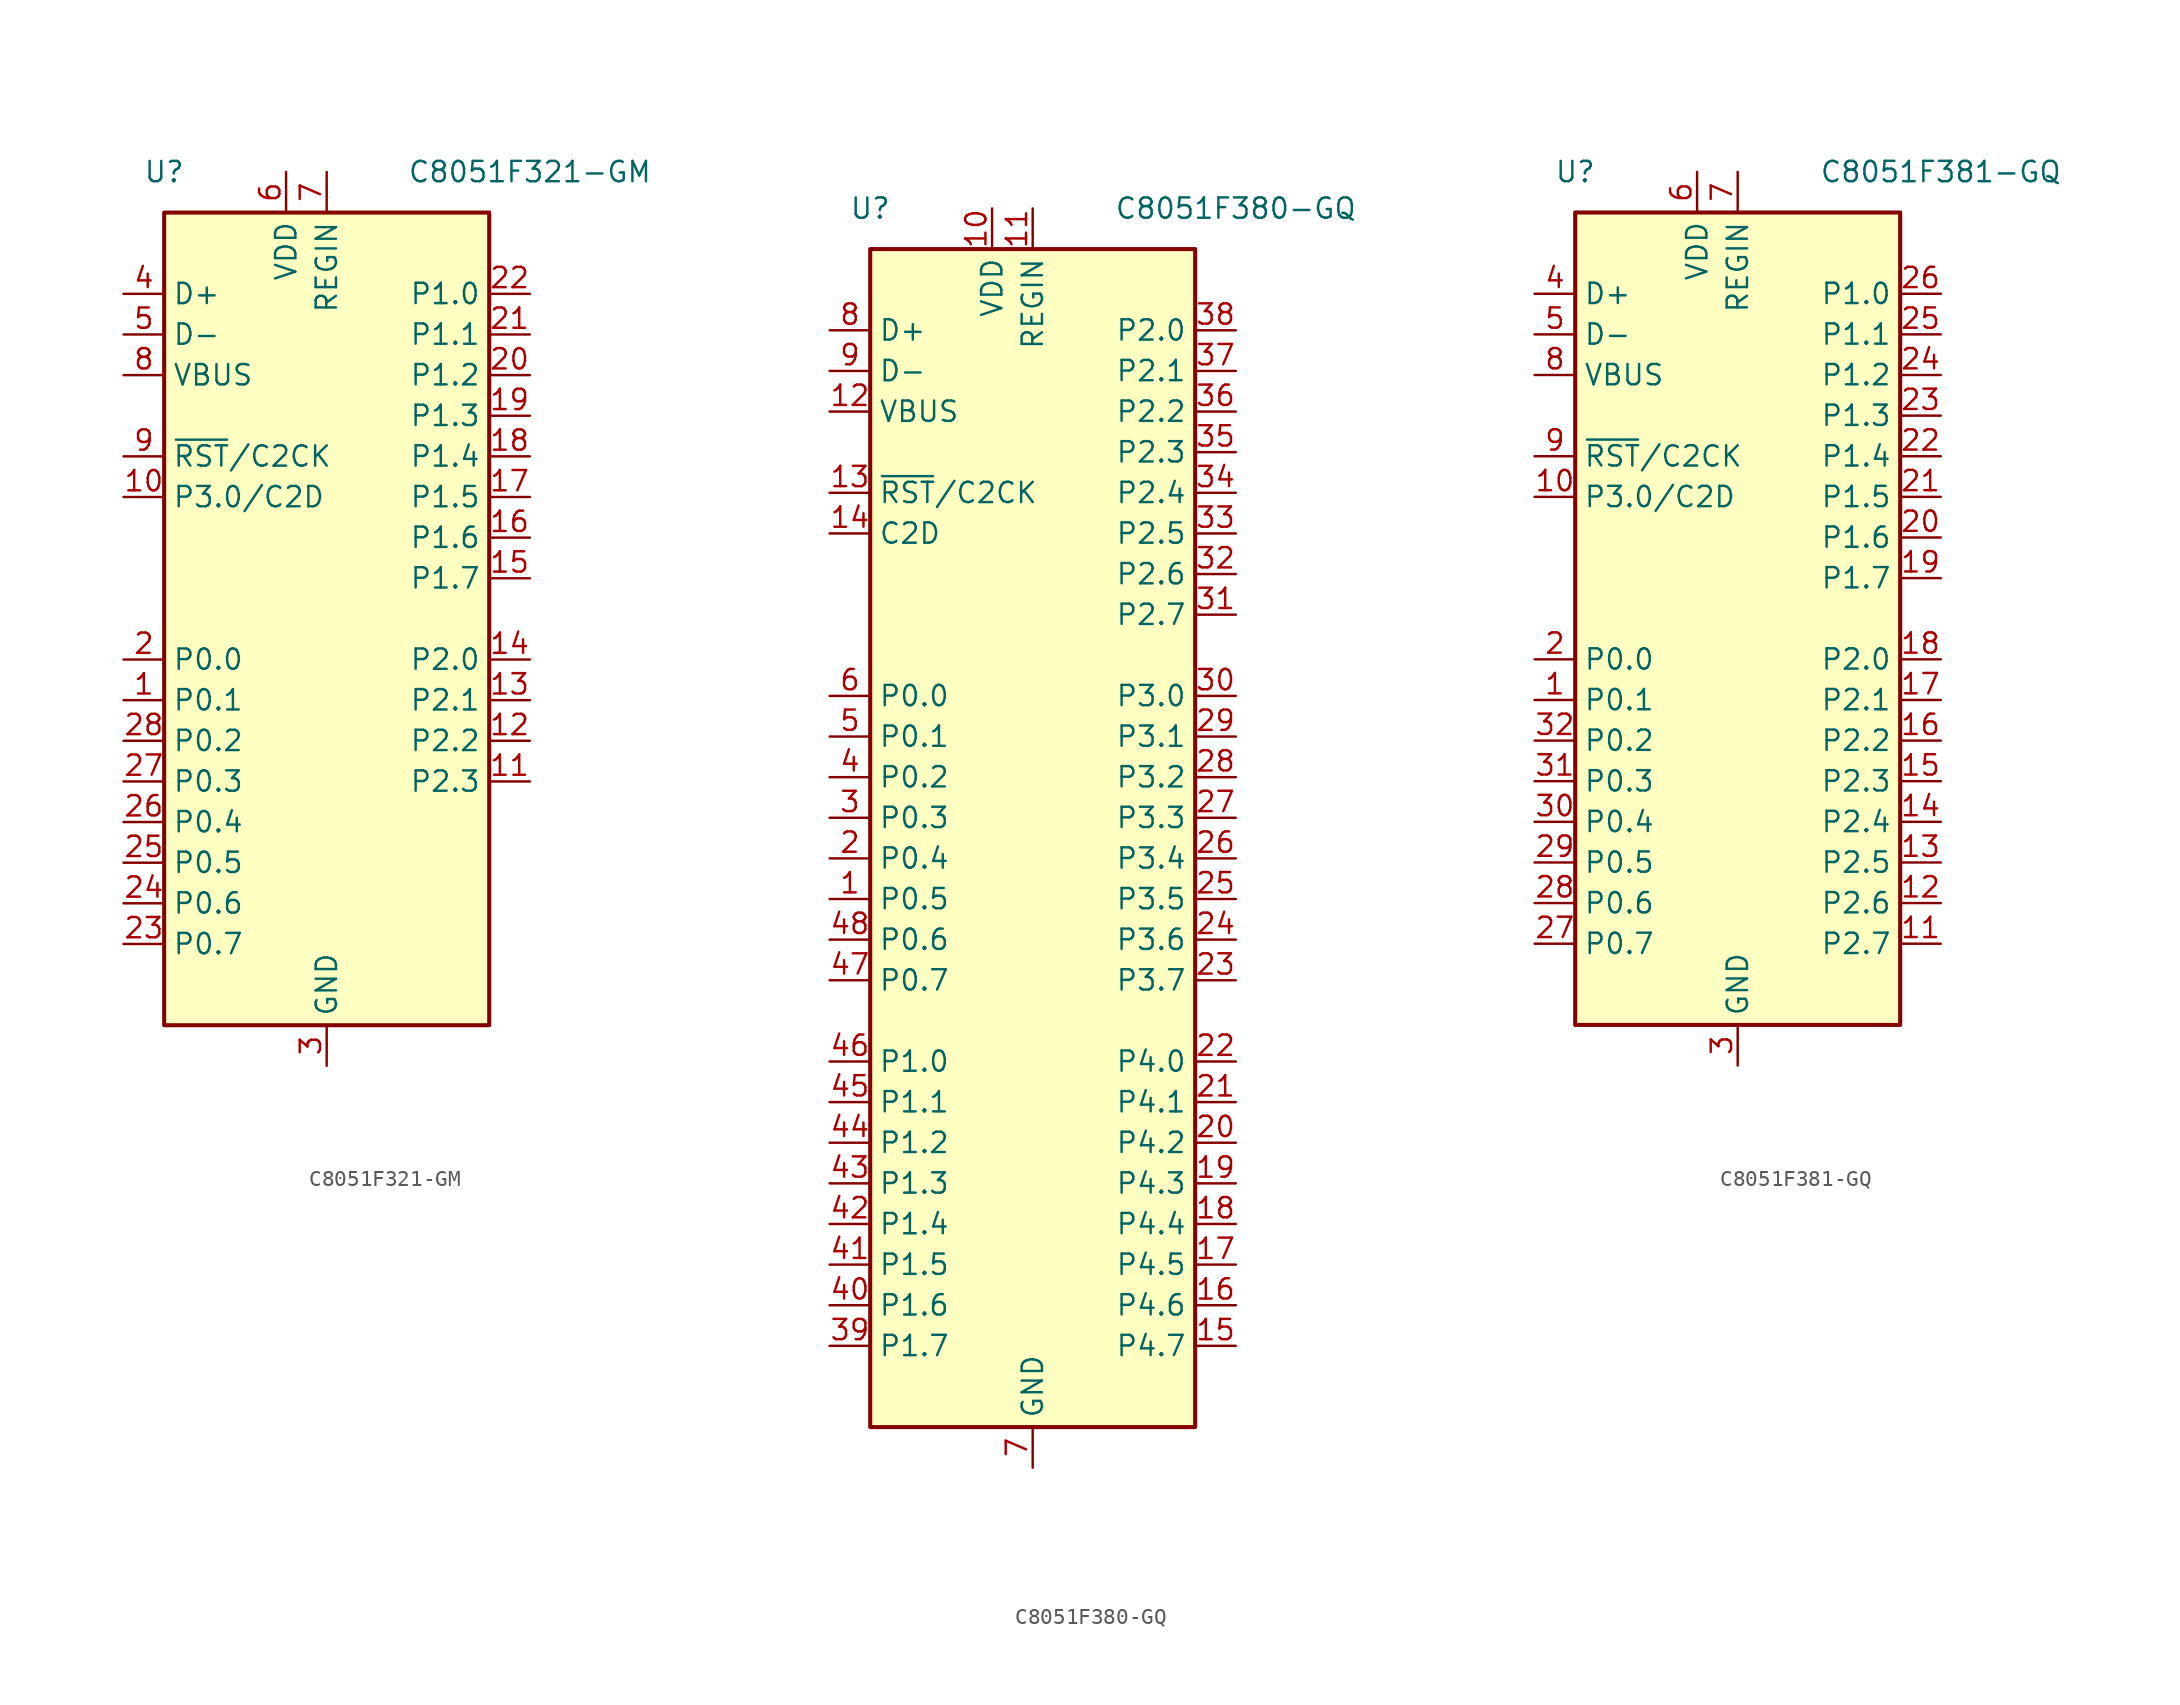
<source format=kicad_sym>
(kicad_symbol_lib
  (version 20241209)
  (generator "kicad_symbol_editor")
  (generator_version "9.0")
  (symbol "C8051F321-GM"
    (property "Reference" "U"
      (at -10.16 27.94 0)
      (effects (font (size 1.27 1.27))))
    (property "Value" "C8051F321-GM"
      (at 12.7 27.94 0)
      (effects (font (size 1.27 1.27))))
    (symbol "C8051F321-GM_0_1"
      (rectangle (start -10.16 25.4) (end 10.16 -25.4) (stroke (width 0.254) (type default)) (fill (type background))))
    (symbol "C8051F321-GM_1_1"
      (pin bidirectional line (at -12.7 20.32 0) (length 2.54) (name "D+" (effects (font (size 1.27 1.27)))) (number "4" (effects (font (size 1.27 1.27)))))
      (pin bidirectional line (at -12.7 17.78 0) (length 2.54) (name "D-" (effects (font (size 1.27 1.27)))) (number "5" (effects (font (size 1.27 1.27)))))
      (pin input line (at -12.7 15.24 0) (length 2.54) (name "VBUS" (effects (font (size 1.27 1.27)))) (number "8" (effects (font (size 1.27 1.27)))))
      (pin input line (at -12.7 10.16 0) (length 2.54) (name "~{RST}/C2CK" (effects (font (size 1.27 1.27)))) (number "9" (effects (font (size 1.27 1.27)))))
      (pin bidirectional line (at -12.7 7.62 0) (length 2.54) (name "P3.0/C2D" (effects (font (size 1.27 1.27)))) (number "10" (effects (font (size 1.27 1.27)))))
      (pin bidirectional line (at -12.7 -2.54 0) (length 2.54) (name "P0.0" (effects (font (size 1.27 1.27)))) (number "2" (effects (font (size 1.27 1.27)))))
      (pin bidirectional line (at -12.7 -5.08 0) (length 2.54) (name "P0.1" (effects (font (size 1.27 1.27)))) (number "1" (effects (font (size 1.27 1.27)))))
      (pin bidirectional line (at -12.7 -7.62 0) (length 2.54) (name "P0.2" (effects (font (size 1.27 1.27)))) (number "28" (effects (font (size 1.27 1.27)))))
      (pin bidirectional line (at -12.7 -10.16 0) (length 2.54) (name "P0.3" (effects (font (size 1.27 1.27)))) (number "27" (effects (font (size 1.27 1.27)))))
      (pin bidirectional line (at -12.7 -12.7 0) (length 2.54) (name "P0.4" (effects (font (size 1.27 1.27)))) (number "26" (effects (font (size 1.27 1.27)))))
      (pin bidirectional line (at -12.7 -15.24 0) (length 2.54) (name "P0.5" (effects (font (size 1.27 1.27)))) (number "25" (effects (font (size 1.27 1.27)))))
      (pin bidirectional line (at -12.7 -17.78 0) (length 2.54) (name "P0.6" (effects (font (size 1.27 1.27)))) (number "24" (effects (font (size 1.27 1.27)))))
      (pin bidirectional line (at -12.7 -20.32 0) (length 2.54) (name "P0.7" (effects (font (size 1.27 1.27)))) (number "23" (effects (font (size 1.27 1.27)))))
      (pin power_in line (at -2.54 27.94 270) (length 2.54) (name "VDD" (effects (font (size 1.27 1.27)))) (number "6" (effects (font (size 1.27 1.27)))))
      (pin power_in line (at 0 27.94 270) (length 2.54) (name "REGIN" (effects (font (size 1.27 1.27)))) (number "7" (effects (font (size 1.27 1.27)))))
      (pin passive line (at 0 -27.94 90) (length 2.54) (hide yes) (name "GND" (effects (font (size 1.27 1.27)))) (number "29" (effects (font (size 1.27 1.27)))))
      (pin power_in line (at 0 -27.94 90) (length 2.54) (name "GND" (effects (font (size 1.27 1.27)))) (number "3" (effects (font (size 1.27 1.27)))))
      (pin bidirectional line (at 12.7 20.32 180) (length 2.54) (name "P1.0" (effects (font (size 1.27 1.27)))) (number "22" (effects (font (size 1.27 1.27)))))
      (pin bidirectional line (at 12.7 17.78 180) (length 2.54) (name "P1.1" (effects (font (size 1.27 1.27)))) (number "21" (effects (font (size 1.27 1.27)))))
      (pin bidirectional line (at 12.7 15.24 180) (length 2.54) (name "P1.2" (effects (font (size 1.27 1.27)))) (number "20" (effects (font (size 1.27 1.27)))))
      (pin bidirectional line (at 12.7 12.7 180) (length 2.54) (name "P1.3" (effects (font (size 1.27 1.27)))) (number "19" (effects (font (size 1.27 1.27)))))
      (pin bidirectional line (at 12.7 10.16 180) (length 2.54) (name "P1.4" (effects (font (size 1.27 1.27)))) (number "18" (effects (font (size 1.27 1.27)))))
      (pin bidirectional line (at 12.7 7.62 180) (length 2.54) (name "P1.5" (effects (font (size 1.27 1.27)))) (number "17" (effects (font (size 1.27 1.27)))))
      (pin bidirectional line (at 12.7 5.08 180) (length 2.54) (name "P1.6" (effects (font (size 1.27 1.27)))) (number "16" (effects (font (size 1.27 1.27)))))
      (pin bidirectional line (at 12.7 2.54 180) (length 2.54) (name "P1.7" (effects (font (size 1.27 1.27)))) (number "15" (effects (font (size 1.27 1.27)))))
      (pin bidirectional line (at 12.7 -2.54 180) (length 2.54) (name "P2.0" (effects (font (size 1.27 1.27)))) (number "14" (effects (font (size 1.27 1.27)))))
      (pin bidirectional line (at 12.7 -5.08 180) (length 2.54) (name "P2.1" (effects (font (size 1.27 1.27)))) (number "13" (effects (font (size 1.27 1.27)))))
      (pin bidirectional line (at 12.7 -7.62 180) (length 2.54) (name "P2.2" (effects (font (size 1.27 1.27)))) (number "12" (effects (font (size 1.27 1.27)))))
      (pin bidirectional line (at 12.7 -10.16 180) (length 2.54) (name "P2.3" (effects (font (size 1.27 1.27)))) (number "11" (effects (font (size 1.27 1.27)))))))
  (symbol "C8051F380-GQ"
    (property "Reference" "U"
      (at -10.16 40.64 0)
      (effects (font (size 1.27 1.27))))
    (property "Value" "C8051F380-GQ"
      (at 12.7 40.64 0)
      (effects (font (size 1.27 1.27))))
    (symbol "C8051F380-GQ_0_1"
      (rectangle (start -10.16 38.1) (end 10.16 -35.56) (stroke (width 0.254) (type default)) (fill (type background))))
    (symbol "C8051F380-GQ_1_1"
      (pin bidirectional line (at -12.7 33.02 0) (length 2.54) (name "D+" (effects (font (size 1.27 1.27)))) (number "8" (effects (font (size 1.27 1.27)))))
      (pin bidirectional line (at -12.7 30.48 0) (length 2.54) (name "D-" (effects (font (size 1.27 1.27)))) (number "9" (effects (font (size 1.27 1.27)))))
      (pin input line (at -12.7 27.94 0) (length 2.54) (name "VBUS" (effects (font (size 1.27 1.27)))) (number "12" (effects (font (size 1.27 1.27)))))
      (pin input line (at -12.7 22.86 0) (length 2.54) (name "~{RST}/C2CK" (effects (font (size 1.27 1.27)))) (number "13" (effects (font (size 1.27 1.27)))))
      (pin bidirectional line (at -12.7 20.32 0) (length 2.54) (name "C2D" (effects (font (size 1.27 1.27)))) (number "14" (effects (font (size 1.27 1.27)))))
      (pin bidirectional line (at -12.7 10.16 0) (length 2.54) (name "P0.0" (effects (font (size 1.27 1.27)))) (number "6" (effects (font (size 1.27 1.27)))))
      (pin bidirectional line (at -12.7 7.62 0) (length 2.54) (name "P0.1" (effects (font (size 1.27 1.27)))) (number "5" (effects (font (size 1.27 1.27)))))
      (pin bidirectional line (at -12.7 5.08 0) (length 2.54) (name "P0.2" (effects (font (size 1.27 1.27)))) (number "4" (effects (font (size 1.27 1.27)))))
      (pin bidirectional line (at -12.7 2.54 0) (length 2.54) (name "P0.3" (effects (font (size 1.27 1.27)))) (number "3" (effects (font (size 1.27 1.27)))))
      (pin bidirectional line (at -12.7 0 0) (length 2.54) (name "P0.4" (effects (font (size 1.27 1.27)))) (number "2" (effects (font (size 1.27 1.27)))))
      (pin bidirectional line (at -12.7 -2.54 0) (length 2.54) (name "P0.5" (effects (font (size 1.27 1.27)))) (number "1" (effects (font (size 1.27 1.27)))))
      (pin bidirectional line (at -12.7 -5.08 0) (length 2.54) (name "P0.6" (effects (font (size 1.27 1.27)))) (number "48" (effects (font (size 1.27 1.27)))))
      (pin bidirectional line (at -12.7 -7.62 0) (length 2.54) (name "P0.7" (effects (font (size 1.27 1.27)))) (number "47" (effects (font (size 1.27 1.27)))))
      (pin bidirectional line (at -12.7 -12.7 0) (length 2.54) (name "P1.0" (effects (font (size 1.27 1.27)))) (number "46" (effects (font (size 1.27 1.27)))))
      (pin bidirectional line (at -12.7 -15.24 0) (length 2.54) (name "P1.1" (effects (font (size 1.27 1.27)))) (number "45" (effects (font (size 1.27 1.27)))))
      (pin bidirectional line (at -12.7 -17.78 0) (length 2.54) (name "P1.2" (effects (font (size 1.27 1.27)))) (number "44" (effects (font (size 1.27 1.27)))))
      (pin bidirectional line (at -12.7 -20.32 0) (length 2.54) (name "P1.3" (effects (font (size 1.27 1.27)))) (number "43" (effects (font (size 1.27 1.27)))))
      (pin bidirectional line (at -12.7 -22.86 0) (length 2.54) (name "P1.4" (effects (font (size 1.27 1.27)))) (number "42" (effects (font (size 1.27 1.27)))))
      (pin bidirectional line (at -12.7 -25.4 0) (length 2.54) (name "P1.5" (effects (font (size 1.27 1.27)))) (number "41" (effects (font (size 1.27 1.27)))))
      (pin bidirectional line (at -12.7 -27.94 0) (length 2.54) (name "P1.6" (effects (font (size 1.27 1.27)))) (number "40" (effects (font (size 1.27 1.27)))))
      (pin bidirectional line (at -12.7 -30.48 0) (length 2.54) (name "P1.7" (effects (font (size 1.27 1.27)))) (number "39" (effects (font (size 1.27 1.27)))))
      (pin power_in line (at -2.54 40.64 270) (length 2.54) (name "VDD" (effects (font (size 1.27 1.27)))) (number "10" (effects (font (size 1.27 1.27)))))
      (pin power_in line (at 0 40.64 270) (length 2.54) (name "REGIN" (effects (font (size 1.27 1.27)))) (number "11" (effects (font (size 1.27 1.27)))))
      (pin power_in line (at 0 -38.1 90) (length 2.54) (name "GND" (effects (font (size 1.27 1.27)))) (number "7" (effects (font (size 1.27 1.27)))))
      (pin bidirectional line (at 12.7 33.02 180) (length 2.54) (name "P2.0" (effects (font (size 1.27 1.27)))) (number "38" (effects (font (size 1.27 1.27)))))
      (pin bidirectional line (at 12.7 30.48 180) (length 2.54) (name "P2.1" (effects (font (size 1.27 1.27)))) (number "37" (effects (font (size 1.27 1.27)))))
      (pin bidirectional line (at 12.7 27.94 180) (length 2.54) (name "P2.2" (effects (font (size 1.27 1.27)))) (number "36" (effects (font (size 1.27 1.27)))))
      (pin bidirectional line (at 12.7 25.4 180) (length 2.54) (name "P2.3" (effects (font (size 1.27 1.27)))) (number "35" (effects (font (size 1.27 1.27)))))
      (pin bidirectional line (at 12.7 22.86 180) (length 2.54) (name "P2.4" (effects (font (size 1.27 1.27)))) (number "34" (effects (font (size 1.27 1.27)))))
      (pin bidirectional line (at 12.7 20.32 180) (length 2.54) (name "P2.5" (effects (font (size 1.27 1.27)))) (number "33" (effects (font (size 1.27 1.27)))))
      (pin bidirectional line (at 12.7 17.78 180) (length 2.54) (name "P2.6" (effects (font (size 1.27 1.27)))) (number "32" (effects (font (size 1.27 1.27)))))
      (pin bidirectional line (at 12.7 15.24 180) (length 2.54) (name "P2.7" (effects (font (size 1.27 1.27)))) (number "31" (effects (font (size 1.27 1.27)))))
      (pin bidirectional line (at 12.7 10.16 180) (length 2.54) (name "P3.0" (effects (font (size 1.27 1.27)))) (number "30" (effects (font (size 1.27 1.27)))))
      (pin bidirectional line (at 12.7 7.62 180) (length 2.54) (name "P3.1" (effects (font (size 1.27 1.27)))) (number "29" (effects (font (size 1.27 1.27)))))
      (pin bidirectional line (at 12.7 5.08 180) (length 2.54) (name "P3.2" (effects (font (size 1.27 1.27)))) (number "28" (effects (font (size 1.27 1.27)))))
      (pin bidirectional line (at 12.7 2.54 180) (length 2.54) (name "P3.3" (effects (font (size 1.27 1.27)))) (number "27" (effects (font (size 1.27 1.27)))))
      (pin bidirectional line (at 12.7 0 180) (length 2.54) (name "P3.4" (effects (font (size 1.27 1.27)))) (number "26" (effects (font (size 1.27 1.27)))))
      (pin bidirectional line (at 12.7 -2.54 180) (length 2.54) (name "P3.5" (effects (font (size 1.27 1.27)))) (number "25" (effects (font (size 1.27 1.27)))))
      (pin bidirectional line (at 12.7 -5.08 180) (length 2.54) (name "P3.6" (effects (font (size 1.27 1.27)))) (number "24" (effects (font (size 1.27 1.27)))))
      (pin bidirectional line (at 12.7 -7.62 180) (length 2.54) (name "P3.7" (effects (font (size 1.27 1.27)))) (number "23" (effects (font (size 1.27 1.27)))))
      (pin bidirectional line (at 12.7 -12.7 180) (length 2.54) (name "P4.0" (effects (font (size 1.27 1.27)))) (number "22" (effects (font (size 1.27 1.27)))))
      (pin bidirectional line (at 12.7 -15.24 180) (length 2.54) (name "P4.1" (effects (font (size 1.27 1.27)))) (number "21" (effects (font (size 1.27 1.27)))))
      (pin bidirectional line (at 12.7 -17.78 180) (length 2.54) (name "P4.2" (effects (font (size 1.27 1.27)))) (number "20" (effects (font (size 1.27 1.27)))))
      (pin bidirectional line (at 12.7 -20.32 180) (length 2.54) (name "P4.3" (effects (font (size 1.27 1.27)))) (number "19" (effects (font (size 1.27 1.27)))))
      (pin bidirectional line (at 12.7 -22.86 180) (length 2.54) (name "P4.4" (effects (font (size 1.27 1.27)))) (number "18" (effects (font (size 1.27 1.27)))))
      (pin bidirectional line (at 12.7 -25.4 180) (length 2.54) (name "P4.5" (effects (font (size 1.27 1.27)))) (number "17" (effects (font (size 1.27 1.27)))))
      (pin bidirectional line (at 12.7 -27.94 180) (length 2.54) (name "P4.6" (effects (font (size 1.27 1.27)))) (number "16" (effects (font (size 1.27 1.27)))))
      (pin bidirectional line (at 12.7 -30.48 180) (length 2.54) (name "P4.7" (effects (font (size 1.27 1.27)))) (number "15" (effects (font (size 1.27 1.27)))))))
  (symbol "C8051F381-GQ"
    (property "Reference" "U"
      (at -10.16 27.94 0)
      (effects (font (size 1.27 1.27))))
    (property "Value" "C8051F381-GQ"
      (at 12.7 27.94 0)
      (effects (font (size 1.27 1.27))))
    (symbol "C8051F381-GQ_0_1"
      (rectangle (start -10.16 25.4) (end 10.16 -25.4) (stroke (width 0.254) (type default)) (fill (type background))))
    (symbol "C8051F381-GQ_1_1"
      (pin bidirectional line (at -12.7 20.32 0) (length 2.54) (name "D+" (effects (font (size 1.27 1.27)))) (number "4" (effects (font (size 1.27 1.27)))))
      (pin bidirectional line (at -12.7 17.78 0) (length 2.54) (name "D-" (effects (font (size 1.27 1.27)))) (number "5" (effects (font (size 1.27 1.27)))))
      (pin input line (at -12.7 15.24 0) (length 2.54) (name "VBUS" (effects (font (size 1.27 1.27)))) (number "8" (effects (font (size 1.27 1.27)))))
      (pin input line (at -12.7 10.16 0) (length 2.54) (name "~{RST}/C2CK" (effects (font (size 1.27 1.27)))) (number "9" (effects (font (size 1.27 1.27)))))
      (pin bidirectional line (at -12.7 7.62 0) (length 2.54) (name "P3.0/C2D" (effects (font (size 1.27 1.27)))) (number "10" (effects (font (size 1.27 1.27)))))
      (pin bidirectional line (at -12.7 -2.54 0) (length 2.54) (name "P0.0" (effects (font (size 1.27 1.27)))) (number "2" (effects (font (size 1.27 1.27)))))
      (pin bidirectional line (at -12.7 -5.08 0) (length 2.54) (name "P0.1" (effects (font (size 1.27 1.27)))) (number "1" (effects (font (size 1.27 1.27)))))
      (pin bidirectional line (at -12.7 -7.62 0) (length 2.54) (name "P0.2" (effects (font (size 1.27 1.27)))) (number "32" (effects (font (size 1.27 1.27)))))
      (pin bidirectional line (at -12.7 -10.16 0) (length 2.54) (name "P0.3" (effects (font (size 1.27 1.27)))) (number "31" (effects (font (size 1.27 1.27)))))
      (pin bidirectional line (at -12.7 -12.7 0) (length 2.54) (name "P0.4" (effects (font (size 1.27 1.27)))) (number "30" (effects (font (size 1.27 1.27)))))
      (pin bidirectional line (at -12.7 -15.24 0) (length 2.54) (name "P0.5" (effects (font (size 1.27 1.27)))) (number "29" (effects (font (size 1.27 1.27)))))
      (pin bidirectional line (at -12.7 -17.78 0) (length 2.54) (name "P0.6" (effects (font (size 1.27 1.27)))) (number "28" (effects (font (size 1.27 1.27)))))
      (pin bidirectional line (at -12.7 -20.32 0) (length 2.54) (name "P0.7" (effects (font (size 1.27 1.27)))) (number "27" (effects (font (size 1.27 1.27)))))
      (pin power_in line (at -2.54 27.94 270) (length 2.54) (name "VDD" (effects (font (size 1.27 1.27)))) (number "6" (effects (font (size 1.27 1.27)))))
      (pin power_in line (at 0 27.94 270) (length 2.54) (name "REGIN" (effects (font (size 1.27 1.27)))) (number "7" (effects (font (size 1.27 1.27)))))
      (pin power_in line (at 0 -27.94 90) (length 2.54) (name "GND" (effects (font (size 1.27 1.27)))) (number "3" (effects (font (size 1.27 1.27)))))
      (pin bidirectional line (at 12.7 20.32 180) (length 2.54) (name "P1.0" (effects (font (size 1.27 1.27)))) (number "26" (effects (font (size 1.27 1.27)))))
      (pin bidirectional line (at 12.7 17.78 180) (length 2.54) (name "P1.1" (effects (font (size 1.27 1.27)))) (number "25" (effects (font (size 1.27 1.27)))))
      (pin bidirectional line (at 12.7 15.24 180) (length 2.54) (name "P1.2" (effects (font (size 1.27 1.27)))) (number "24" (effects (font (size 1.27 1.27)))))
      (pin bidirectional line (at 12.7 12.7 180) (length 2.54) (name "P1.3" (effects (font (size 1.27 1.27)))) (number "23" (effects (font (size 1.27 1.27)))))
      (pin bidirectional line (at 12.7 10.16 180) (length 2.54) (name "P1.4" (effects (font (size 1.27 1.27)))) (number "22" (effects (font (size 1.27 1.27)))))
      (pin bidirectional line (at 12.7 7.62 180) (length 2.54) (name "P1.5" (effects (font (size 1.27 1.27)))) (number "21" (effects (font (size 1.27 1.27)))))
      (pin bidirectional line (at 12.7 5.08 180) (length 2.54) (name "P1.6" (effects (font (size 1.27 1.27)))) (number "20" (effects (font (size 1.27 1.27)))))
      (pin bidirectional line (at 12.7 2.54 180) (length 2.54) (name "P1.7" (effects (font (size 1.27 1.27)))) (number "19" (effects (font (size 1.27 1.27)))))
      (pin bidirectional line (at 12.7 -2.54 180) (length 2.54) (name "P2.0" (effects (font (size 1.27 1.27)))) (number "18" (effects (font (size 1.27 1.27)))))
      (pin bidirectional line (at 12.7 -5.08 180) (length 2.54) (name "P2.1" (effects (font (size 1.27 1.27)))) (number "17" (effects (font (size 1.27 1.27)))))
      (pin bidirectional line (at 12.7 -7.62 180) (length 2.54) (name "P2.2" (effects (font (size 1.27 1.27)))) (number "16" (effects (font (size 1.27 1.27)))))
      (pin bidirectional line (at 12.7 -10.16 180) (length 2.54) (name "P2.3" (effects (font (size 1.27 1.27)))) (number "15" (effects (font (size 1.27 1.27)))))
      (pin bidirectional line (at 12.7 -12.7 180) (length 2.54) (name "P2.4" (effects (font (size 1.27 1.27)))) (number "14" (effects (font (size 1.27 1.27)))))
      (pin bidirectional line (at 12.7 -15.24 180) (length 2.54) (name "P2.5" (effects (font (size 1.27 1.27)))) (number "13" (effects (font (size 1.27 1.27)))))
      (pin bidirectional line (at 12.7 -17.78 180) (length 2.54) (name "P2.6" (effects (font (size 1.27 1.27)))) (number "12" (effects (font (size 1.27 1.27)))))
      (pin bidirectional line (at 12.7 -20.32 180) (length 2.54) (name "P2.7" (effects (font (size 1.27 1.27)))) (number "11" (effects (font (size 1.27 1.27))))))))
</source>
